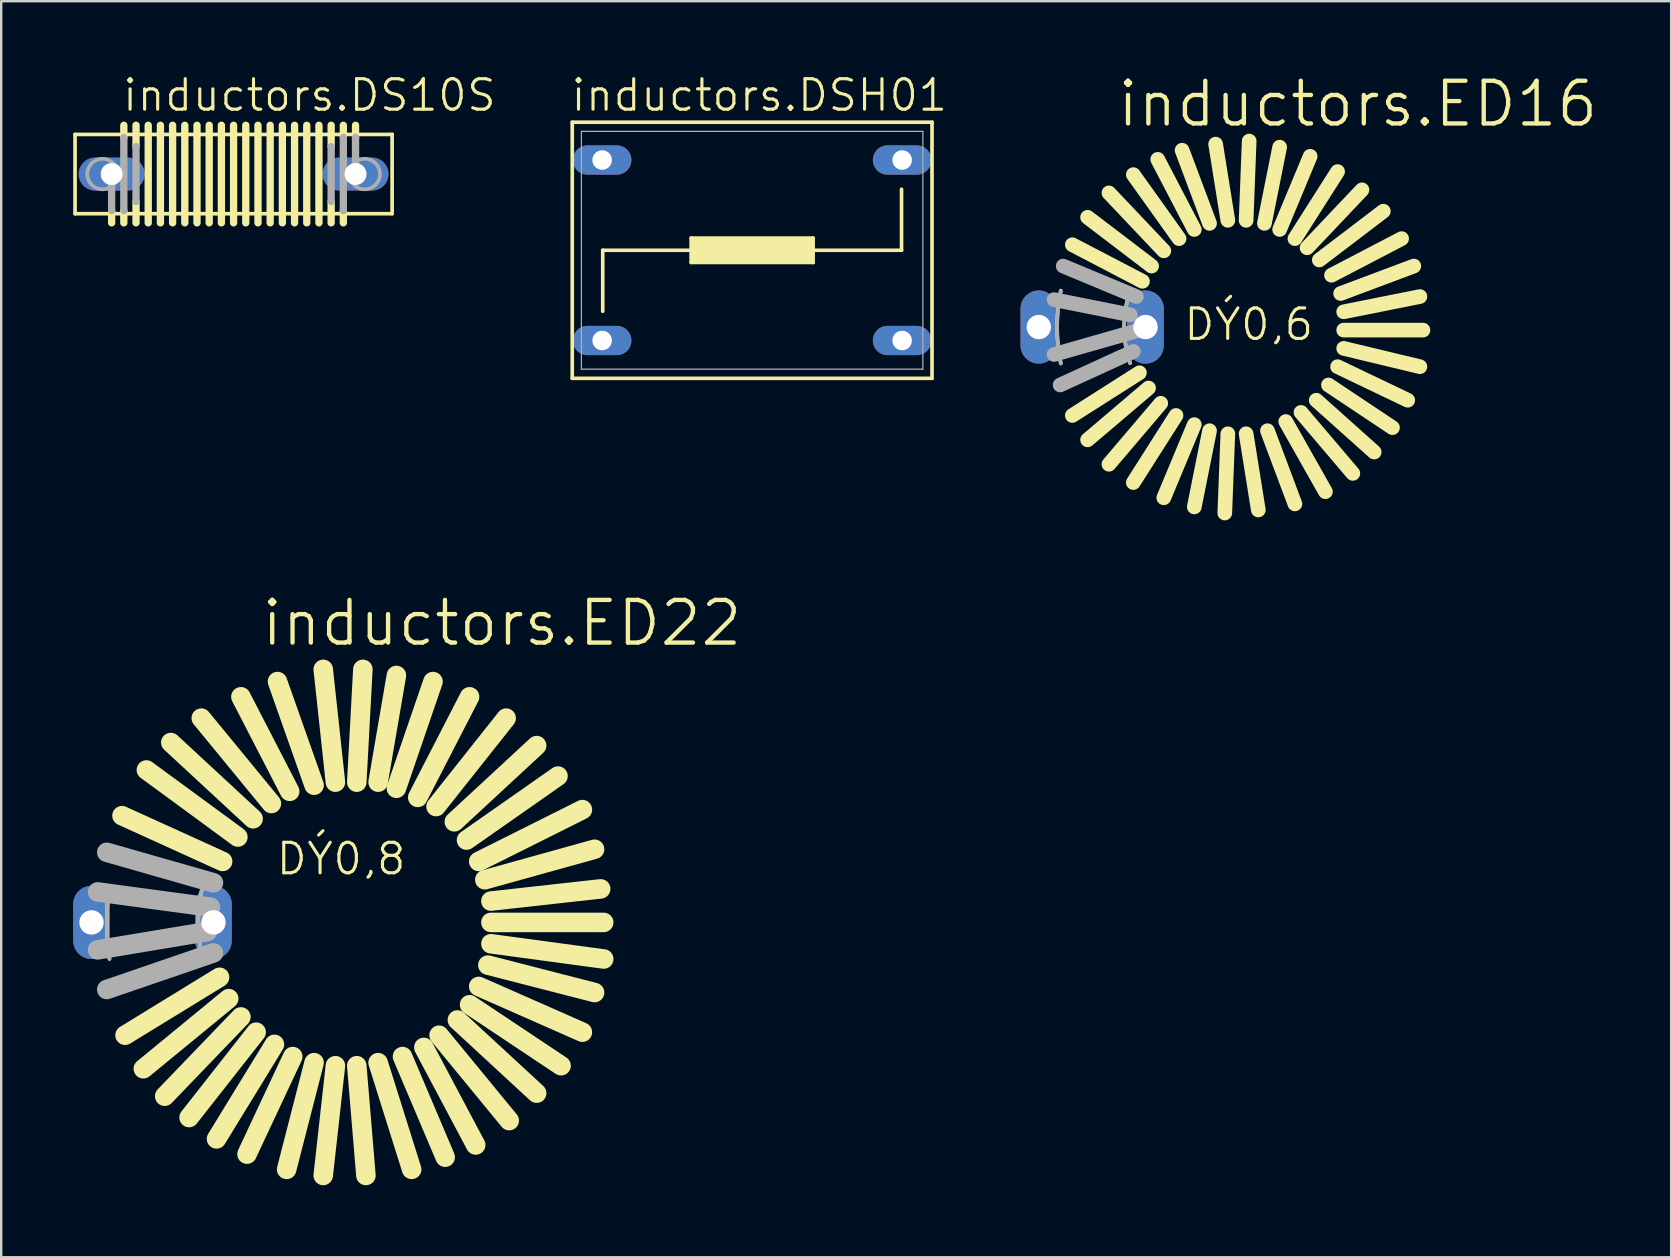
<source format=kicad_pcb>
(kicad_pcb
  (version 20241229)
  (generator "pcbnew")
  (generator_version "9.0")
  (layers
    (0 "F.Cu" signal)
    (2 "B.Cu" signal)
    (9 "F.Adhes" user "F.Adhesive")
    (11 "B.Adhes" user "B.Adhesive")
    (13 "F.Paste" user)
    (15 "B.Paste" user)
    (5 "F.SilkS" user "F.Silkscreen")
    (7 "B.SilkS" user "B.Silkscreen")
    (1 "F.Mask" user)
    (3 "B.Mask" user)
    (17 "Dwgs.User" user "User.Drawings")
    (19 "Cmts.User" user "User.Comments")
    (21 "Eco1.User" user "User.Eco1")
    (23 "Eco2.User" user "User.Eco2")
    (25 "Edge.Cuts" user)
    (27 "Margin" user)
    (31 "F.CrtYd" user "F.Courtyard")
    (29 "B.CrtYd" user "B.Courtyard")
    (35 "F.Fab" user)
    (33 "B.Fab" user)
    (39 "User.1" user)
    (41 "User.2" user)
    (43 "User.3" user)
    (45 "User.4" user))
  (footprint "inductors.ED16"
    (layer "F.Cu")
    (at 48.476 10.573)
    (property "Reference" "inductors.ED16" (at -5.08 -8.255 0) (layer "F.SilkS") (effects (font (size 1.778 1.778) (thickness 0.18)) (justify left bottom)))
    (attr through_hole)
    (fp_line (start -4.064 1.905) (end -6.858 3.683) (stroke (width 0.61) (type default)) (layer "F.SilkS"))
    (fp_line (start -3.937 -1.905) (end -6.858 -3.429) (stroke (width 0.61) (type default)) (layer "F.SilkS"))
    (fp_line (start -3.683 2.54) (end -6.223 4.699) (stroke (width 0.61) (type default)) (layer "F.SilkS"))
    (fp_line (start -3.556 -2.54) (end -6.223 -4.572) (stroke (width 0.61) (type default)) (layer "F.SilkS"))
    (fp_line (start -3.175 3.175) (end -5.334 5.715) (stroke (width 0.61) (type default)) (layer "F.SilkS"))
    (fp_line (start -3.048 -3.175) (end -5.334 -5.588) (stroke (width 0.61) (type default)) (layer "F.SilkS"))
    (fp_line (start -2.54 3.683) (end -4.318 6.477) (stroke (width 0.61) (type default)) (layer "F.SilkS"))
    (fp_line (start -2.413 -3.683) (end -4.318 -6.35) (stroke (width 0.61) (type default)) (layer "F.SilkS"))
    (fp_line (start -1.778 -4.064) (end -3.302 -6.985) (stroke (width 0.61) (type default)) (layer "F.SilkS"))
    (fp_line (start -1.778 4.064) (end -3.048 7.112) (stroke (width 0.61) (type default)) (layer "F.SilkS"))
    (fp_line (start -1.143 -4.318) (end -2.286 -7.366) (stroke (width 0.61) (type default)) (layer "F.SilkS"))
    (fp_line (start -1.143 4.318) (end -1.778 7.493) (stroke (width 0.61) (type default)) (layer "F.SilkS"))
    (fp_line (start -0.381 -4.445) (end -0.889 -7.62) (stroke (width 0.61) (type default)) (layer "F.SilkS"))
    (fp_line (start -0.381 4.445) (end -0.508 7.747) (stroke (width 0.61) (type default)) (layer "F.SilkS"))
    (fp_line (start 0.381 -4.445) (end 0.508 -7.747) (stroke (width 0.61) (type default)) (layer "F.SilkS"))
    (fp_line (start 0.381 4.445) (end 0.889 7.62) (stroke (width 0.61) (type default)) (layer "F.SilkS"))
    (fp_line (start 1.143 -4.318) (end 1.778 -7.493) (stroke (width 0.61) (type default)) (layer "F.SilkS"))
    (fp_line (start 1.27 4.318) (end 2.413 7.366) (stroke (width 0.61) (type default)) (layer "F.SilkS"))
    (fp_line (start 1.778 -4.064) (end 3.048 -7.112) (stroke (width 0.61) (type default)) (layer "F.SilkS"))
    (fp_line (start 2.032 3.937) (end 3.683 6.858) (stroke (width 0.61) (type default)) (layer "F.SilkS"))
    (fp_line (start 2.413 -3.683) (end 4.191 -6.477) (stroke (width 0.61) (type default)) (layer "F.SilkS"))
    (fp_line (start 2.667 3.556) (end 4.826 6.096) (stroke (width 0.61) (type default)) (layer "F.SilkS"))
    (fp_line (start 2.921 -3.302) (end 5.207 -5.715) (stroke (width 0.61) (type default)) (layer "F.SilkS"))
    (fp_line (start 3.302 3.048) (end 5.715 5.207) (stroke (width 0.61) (type default)) (layer "F.SilkS"))
    (fp_line (start 3.429 -2.794) (end 6.096 -4.826) (stroke (width 0.61) (type default)) (layer "F.SilkS"))
    (fp_line (start 3.81 2.413) (end 6.477 4.191) (stroke (width 0.61) (type default)) (layer "F.SilkS"))
    (fp_line (start 3.937 -2.159) (end 6.858 -3.683) (stroke (width 0.61) (type default)) (layer "F.SilkS"))
    (fp_line (start 4.191 1.651) (end 7.112 3.048) (stroke (width 0.61) (type default)) (layer "F.SilkS"))
    (fp_line (start 4.318 -1.397) (end 7.366 -2.54) (stroke (width 0.61) (type default)) (layer "F.SilkS"))
    (fp_line (start 4.445 -0.635) (end 7.62 -1.27) (stroke (width 0.61) (type default)) (layer "F.SilkS"))
    (fp_line (start 4.445 0.127) (end 7.747 0.127) (stroke (width 0.61) (type default)) (layer "F.SilkS"))
    (fp_line (start 4.445 0.889) (end 7.62 1.651) (stroke (width 0.61) (type default)) (layer "F.SilkS"))
    (fp_arc (start -7.338 1.5161) (mid -7.492984 0) (end -7.338 -1.5161) (stroke (width 0.1524) (type default)) (layer "F.SilkS"))
    (fp_arc (start -4.4519 1.5038) (mid -4.699024 0) (end -4.4519 -1.5038) (stroke (width 0.1524) (type default)) (layer "F.SilkS"))
    (fp_line (start -4.445 -0.508) (end -7.62 -1.143) (stroke (width 0.61) (type default)) (layer "F.Fab"))
    (fp_line (start -4.318 1.016) (end -7.366 2.413) (stroke (width 0.61) (type default)) (layer "F.Fab"))
    (fp_line (start -4.191 -1.27) (end -7.239 -2.54) (stroke (width 0.61) (type default)) (layer "F.Fab"))
    (fp_line (start -4.064 0.127) (end -7.62 1.143) (stroke (width 0.61) (type default)) (layer "F.Fab"))
    (fp_arc (start -7.338 1.5161) (mid -7.492984 0) (end -7.338 -1.5161) (stroke (width 0.1524) (type default)) (layer "F.Fab"))
    (fp_arc (start -4.4519 1.5038) (mid -4.699024 0) (end -4.4519 -1.5038) (stroke (width 0.1524) (type default)) (layer "F.Fab"))
    (fp_text user "DÝ0,6" (at -2.286 0.635 0) (layer "F.SilkS") (effects (font (size 1.27 1.27) (thickness 0.13)) (justify left bottom)))
    (pad "1" thru_hole oval (at -8.255 0 90) (size 3.048 1.524) (drill 1.016) (layers "*.Cu" "*.Mask"))
    (pad "2" thru_hole oval (at -3.81 0 90) (size 3.048 1.524) (drill 1.016) (layers "*.Cu" "*.Mask")))
  (footprint "inductors.ED22"
    (layer "F.Cu")
    (at 11.557 35.373)
    (property "Reference" "inductors.ED22" (at -3.81 -11.43 0) (layer "F.SilkS") (effects (font (size 1.778 1.778) (thickness 0.18)) (justify left bottom)))
    (attr through_hole)
    (fp_line (start -5.461 2.286) (end -9.398 4.699) (stroke (width 0.813) (type default)) (layer "F.SilkS"))
    (fp_line (start -5.334 -2.54) (end -9.525 -4.445) (stroke (width 0.813) (type default)) (layer "F.SilkS"))
    (fp_line (start -5.08 3.175) (end -8.636 6.096) (stroke (width 0.813) (type default)) (layer "F.SilkS"))
    (fp_line (start -4.699 -3.556) (end -8.509 -6.35) (stroke (width 0.813) (type default)) (layer "F.SilkS"))
    (fp_line (start -4.572 3.937) (end -7.747 7.239) (stroke (width 0.813) (type default)) (layer "F.SilkS"))
    (fp_line (start -4.064 -4.318) (end -7.493 -7.493) (stroke (width 0.813) (type default)) (layer "F.SilkS"))
    (fp_line (start -3.937 4.572) (end -6.731 8.128) (stroke (width 0.813) (type default)) (layer "F.SilkS"))
    (fp_line (start -3.302 -4.953) (end -6.223 -8.509) (stroke (width 0.813) (type default)) (layer "F.SilkS"))
    (fp_line (start -3.175 5.08) (end -5.588 9.017) (stroke (width 0.813) (type default)) (layer "F.SilkS"))
    (fp_line (start -2.54 -5.461) (end -4.572 -9.398) (stroke (width 0.813) (type default)) (layer "F.SilkS"))
    (fp_line (start -2.413 5.588) (end -4.318 9.652) (stroke (width 0.813) (type default)) (layer "F.SilkS"))
    (fp_line (start -1.524 -5.715) (end -3.048 -10.033) (stroke (width 0.813) (type default)) (layer "F.SilkS"))
    (fp_line (start -1.524 5.842) (end -2.667 10.287) (stroke (width 0.813) (type default)) (layer "F.SilkS"))
    (fp_line (start -0.635 -5.842) (end -1.143 -10.541) (stroke (width 0.813) (type default)) (layer "F.SilkS"))
    (fp_line (start -0.635 5.969) (end -1.143 10.541) (stroke (width 0.813) (type default)) (layer "F.SilkS"))
    (fp_line (start 0.254 -5.842) (end 0.508 -10.541) (stroke (width 0.813) (type default)) (layer "F.SilkS"))
    (fp_line (start 0.254 5.969) (end 0.635 10.541) (stroke (width 0.813) (type default)) (layer "F.SilkS"))
    (fp_line (start 1.143 -5.842) (end 1.905 -10.287) (stroke (width 0.813) (type default)) (layer "F.SilkS"))
    (fp_line (start 1.143 5.842) (end 2.54 10.287) (stroke (width 0.813) (type default)) (layer "F.SilkS"))
    (fp_line (start 1.905 -5.588) (end 3.429 -10.033) (stroke (width 0.813) (type default)) (layer "F.SilkS"))
    (fp_line (start 2.159 5.588) (end 3.937 9.779) (stroke (width 0.813) (type default)) (layer "F.SilkS"))
    (fp_line (start 2.794 -5.207) (end 4.953 -9.398) (stroke (width 0.813) (type default)) (layer "F.SilkS"))
    (fp_line (start 3.048 5.207) (end 5.207 9.271) (stroke (width 0.813) (type default)) (layer "F.SilkS"))
    (fp_line (start 3.556 -4.826) (end 6.477 -8.509) (stroke (width 0.813) (type default)) (layer "F.SilkS"))
    (fp_line (start 3.683 4.699) (end 6.604 8.255) (stroke (width 0.813) (type default)) (layer "F.SilkS"))
    (fp_line (start 4.318 -4.191) (end 7.747 -7.366) (stroke (width 0.813) (type default)) (layer "F.SilkS"))
    (fp_line (start 4.445 4.064) (end 7.747 7.112) (stroke (width 0.813) (type default)) (layer "F.SilkS"))
    (fp_line (start 4.826 -3.429) (end 8.636 -6.096) (stroke (width 0.813) (type default)) (layer "F.SilkS"))
    (fp_line (start 4.953 3.429) (end 8.763 5.969) (stroke (width 0.813) (type default)) (layer "F.SilkS"))
    (fp_line (start 5.334 -2.54) (end 9.652 -4.699) (stroke (width 0.813) (type default)) (layer "F.SilkS"))
    (fp_line (start 5.334 2.667) (end 9.652 4.572) (stroke (width 0.813) (type default)) (layer "F.SilkS"))
    (fp_line (start 5.588 -1.778) (end 10.16 -3.048) (stroke (width 0.813) (type default)) (layer "F.SilkS"))
    (fp_line (start 5.715 1.778) (end 10.16 2.921) (stroke (width 0.813) (type default)) (layer "F.SilkS"))
    (fp_line (start 5.842 -0.889) (end 10.414 -1.397) (stroke (width 0.813) (type default)) (layer "F.SilkS"))
    (fp_line (start 5.842 0) (end 10.541 0) (stroke (width 0.813) (type default)) (layer "F.SilkS"))
    (fp_line (start 5.842 0.889) (end 10.541 1.524) (stroke (width 0.813) (type default)) (layer "F.SilkS"))
    (fp_arc (start -10.0457 1.5197) (mid -10.159999 0) (end -10.0457 -1.5197) (stroke (width 0.1524) (type default)) (layer "F.SilkS"))
    (fp_arc (start -6.1671 1.513) (mid -6.349984 0) (end -6.1671 -1.513) (stroke (width 0.1524) (type default)) (layer "F.SilkS"))
    (fp_line (start -5.969 0.381) (end -10.541 1.143) (stroke (width 0.813) (type default)) (layer "F.Fab"))
    (fp_line (start -5.842 -0.635) (end -10.541 -1.27) (stroke (width 0.813) (type default)) (layer "F.Fab"))
    (fp_line (start -5.715 -1.651) (end -10.16 -2.921) (stroke (width 0.813) (type default)) (layer "F.Fab"))
    (fp_line (start -5.715 1.27) (end -10.16 2.794) (stroke (width 0.813) (type default)) (layer "F.Fab"))
    (fp_arc (start -10.0457 1.5197) (mid -10.159999 0) (end -10.0457 -1.5197) (stroke (width 0.1524) (type default)) (layer "F.Fab"))
    (fp_arc (start -6.1671 1.513) (mid -6.349984 0) (end -6.1671 -1.513) (stroke (width 0.1524) (type default)) (layer "F.Fab"))
    (fp_text user "DÝ0,8" (at -3.175 -1.905 0) (layer "F.SilkS") (effects (font (size 1.27 1.27) (thickness 0.13)) (justify left bottom)))
    (pad "1" thru_hole oval (at -10.795 0 90) (size 3.048 1.524) (drill 1.016) (layers "*.Cu" "*.Mask"))
    (pad "2" thru_hole oval (at -5.715 0 90) (size 3.048 1.524) (drill 1.016) (layers "*.Cu" "*.Mask")))
  (footprint "inductors.DSH01"
    (layer "F.Cu")
    (at 28.28 7.375)
    (property "Reference" "inductors.DSH01" (at -7.62 -5.715 0) (layer "F.SilkS") (effects (font (size 1.27 1.27) (thickness 0.13)) (justify left bottom)))
    (attr through_hole)
    (fp_line (start -7.493 -5.334) (end -7.493 5.334) (stroke (width 0.152) (type default)) (layer "F.SilkS"))
    (fp_line (start -7.493 -5.334) (end 7.493 -5.334) (stroke (width 0.152) (type default)) (layer "F.SilkS"))
    (fp_line (start -6.223 2.54) (end -6.223 0) (stroke (width 0.152) (type default)) (layer "F.SilkS"))
    (fp_line (start -2.54 -0.508) (end -2.54 0) (stroke (width 0.152) (type default)) (layer "F.SilkS"))
    (fp_line (start -2.54 -0.508) (end 2.54 -0.508) (stroke (width 0.152) (type default)) (layer "F.SilkS"))
    (fp_line (start -2.54 0) (end -6.223 0) (stroke (width 0.152) (type default)) (layer "F.SilkS"))
    (fp_line (start -2.54 0) (end -2.54 0.508) (stroke (width 0.152) (type default)) (layer "F.SilkS"))
    (fp_line (start 2.54 0) (end 2.54 -0.508) (stroke (width 0.152) (type default)) (layer "F.SilkS"))
    (fp_line (start 2.54 0) (end 6.223 0) (stroke (width 0.152) (type default)) (layer "F.SilkS"))
    (fp_line (start 2.54 0.508) (end -2.54 0.508) (stroke (width 0.152) (type default)) (layer "F.SilkS"))
    (fp_line (start 2.54 0.508) (end 2.54 0) (stroke (width 0.152) (type default)) (layer "F.SilkS"))
    (fp_line (start 6.223 -2.54) (end 6.223 0) (stroke (width 0.152) (type default)) (layer "F.SilkS"))
    (fp_line (start 7.493 5.334) (end -7.493 5.334) (stroke (width 0.152) (type default)) (layer "F.SilkS"))
    (fp_line (start 7.493 5.334) (end 7.493 -5.334) (stroke (width 0.152) (type default)) (layer "F.SilkS"))
    (fp_rect (start -2.54 0.508) (end 2.54 -0.508) (stroke (width 0.05) (type default)) (fill yes) (layer "F.SilkS"))
    (fp_line (start -7.112 -4.953) (end -7.112 4.953) (stroke (width 0.051) (type default)) (layer "F.Fab"))
    (fp_line (start -7.112 -4.953) (end 7.112 -4.953) (stroke (width 0.051) (type default)) (layer "F.Fab"))
    (fp_line (start 7.112 4.953) (end -7.112 4.953) (stroke (width 0.051) (type default)) (layer "F.Fab"))
    (fp_line (start 7.112 4.953) (end 7.112 -4.953) (stroke (width 0.051) (type default)) (layer "F.Fab"))
    (pad "1" thru_hole oval (at 6.248 3.759) (size 2.438 1.219) (drill 0.813) (layers "*.Cu" "*.Mask"))
    (pad "2" thru_hole oval (at 6.248 -3.759) (size 2.438 1.219) (drill 0.813) (layers "*.Cu" "*.Mask"))
    (pad "3" thru_hole oval (at -6.248 -3.759) (size 2.438 1.219) (drill 0.813) (layers "*.Cu" "*.Mask"))
    (pad "4" thru_hole oval (at -6.248 3.759) (size 2.438 1.219) (drill 0.813) (layers "*.Cu" "*.Mask")))
  (footprint "inductors.DS10S"
    (layer "F.Cu")
    (at 6.68 4.2)
    (property "Reference" "inductors.DS10S" (at -4.699 -2.54 0) (layer "F.SilkS") (effects (font (size 1.27 1.27) (thickness 0.13)) (justify left bottom)))
    (attr through_hole)
    (fp_line (start -6.604 -1.651) (end -6.604 1.651) (stroke (width 0.152) (type default)) (layer "F.SilkS"))
    (fp_line (start -6.604 1.651) (end 6.604 1.651) (stroke (width 0.152) (type default)) (layer "F.SilkS"))
    (fp_line (start -5.08 1.524) (end -5.08 2.032) (stroke (width 0.305) (type default)) (layer "F.SilkS"))
    (fp_line (start -4.572 -2.032) (end -4.572 -1.524) (stroke (width 0.305) (type default)) (layer "F.SilkS"))
    (fp_line (start -4.572 1.524) (end -4.572 2.032) (stroke (width 0.305) (type default)) (layer "F.SilkS"))
    (fp_line (start -4.064 -2.032) (end -4.064 -1.143) (stroke (width 0.305) (type default)) (layer "F.SilkS"))
    (fp_line (start -4.064 1.143) (end -4.064 2.032) (stroke (width 0.305) (type default)) (layer "F.SilkS"))
    (fp_line (start -3.556 -2.032) (end -3.556 2.032) (stroke (width 0.305) (type default)) (layer "F.SilkS"))
    (fp_line (start -3.048 -2.032) (end -3.048 2.032) (stroke (width 0.305) (type default)) (layer "F.SilkS"))
    (fp_line (start -2.54 -2.032) (end -2.54 2.032) (stroke (width 0.305) (type default)) (layer "F.SilkS"))
    (fp_line (start -2.032 -2.032) (end -2.032 2.032) (stroke (width 0.305) (type default)) (layer "F.SilkS"))
    (fp_line (start -1.524 -2.032) (end -1.524 2.032) (stroke (width 0.305) (type default)) (layer "F.SilkS"))
    (fp_line (start -1.016 -2.032) (end -1.016 2.032) (stroke (width 0.305) (type default)) (layer "F.SilkS"))
    (fp_line (start -0.508 -2.032) (end -0.508 2.032) (stroke (width 0.305) (type default)) (layer "F.SilkS"))
    (fp_line (start 0 -2.032) (end 0 2.032) (stroke (width 0.305) (type default)) (layer "F.SilkS"))
    (fp_line (start 0.508 -2.032) (end 0.508 2.032) (stroke (width 0.305) (type default)) (layer "F.SilkS"))
    (fp_line (start 1.016 -2.032) (end 1.016 2.032) (stroke (width 0.305) (type default)) (layer "F.SilkS"))
    (fp_line (start 1.524 -2.032) (end 1.524 2.032) (stroke (width 0.305) (type default)) (layer "F.SilkS"))
    (fp_line (start 2.032 -2.032) (end 2.032 2.032) (stroke (width 0.305) (type default)) (layer "F.SilkS"))
    (fp_line (start 2.54 -2.032) (end 2.54 2.032) (stroke (width 0.305) (type default)) (layer "F.SilkS"))
    (fp_line (start 3.048 -2.032) (end 3.048 2.032) (stroke (width 0.305) (type default)) (layer "F.SilkS"))
    (fp_line (start 3.556 -2.032) (end 3.556 2.032) (stroke (width 0.305) (type default)) (layer "F.SilkS"))
    (fp_line (start 4.064 -2.032) (end 4.064 -1.143) (stroke (width 0.305) (type default)) (layer "F.SilkS"))
    (fp_line (start 4.064 1.143) (end 4.064 2.032) (stroke (width 0.305) (type default)) (layer "F.SilkS"))
    (fp_line (start 4.572 -2.032) (end 4.572 -1.524) (stroke (width 0.305) (type default)) (layer "F.SilkS"))
    (fp_line (start 4.572 1.524) (end 4.572 2.032) (stroke (width 0.305) (type default)) (layer "F.SilkS"))
    (fp_line (start 5.08 -2.032) (end 5.08 -1.524) (stroke (width 0.305) (type default)) (layer "F.SilkS"))
    (fp_line (start 6.604 -1.651) (end -6.604 -1.651) (stroke (width 0.152) (type default)) (layer "F.SilkS"))
    (fp_line (start 6.604 -1.651) (end 6.604 1.651) (stroke (width 0.152) (type default)) (layer "F.SilkS"))
    (fp_line (start -5.08 -0.127) (end -5.08 1.524) (stroke (width 0.305) (type default)) (layer "F.Fab"))
    (fp_line (start -4.572 -1.524) (end -4.572 1.524) (stroke (width 0.305) (type default)) (layer "F.Fab"))
    (fp_line (start -4.064 -1.143) (end -4.064 1.143) (stroke (width 0.305) (type default)) (layer "F.Fab"))
    (fp_line (start 4.064 -1.143) (end 4.064 1.143) (stroke (width 0.305) (type default)) (layer "F.Fab"))
    (fp_line (start 4.572 -1.524) (end 4.572 1.524) (stroke (width 0.305) (type default)) (layer "F.Fab"))
    (fp_line (start 5.08 -1.524) (end 5.08 0.127) (stroke (width 0.305) (type default)) (layer "F.Fab"))
    (fp_circle (center -5.461 0) (end -4.826 0) (stroke (width 0.152) (type default)) (fill no) (layer "F.Fab"))
    (fp_circle (center 5.461 0) (end 6.096 0) (stroke (width 0.152) (type default)) (fill no) (layer "F.Fab"))
    (pad "1" thru_hole oval (at -5.08 0) (size 2.743 1.372) (drill 0.914) (layers "*.Cu" "*.Mask"))
    (pad "2" thru_hole oval (at 5.08 0) (size 2.743 1.372) (drill 0.914) (layers "*.Cu" "*.Mask")))
  (gr_rect
    (start -3 -3)
    (end 66.562 49.32)
    (stroke (width 0.1) (type default))
    (fill no)
    (layer "Edge.Cuts")))
</source>
